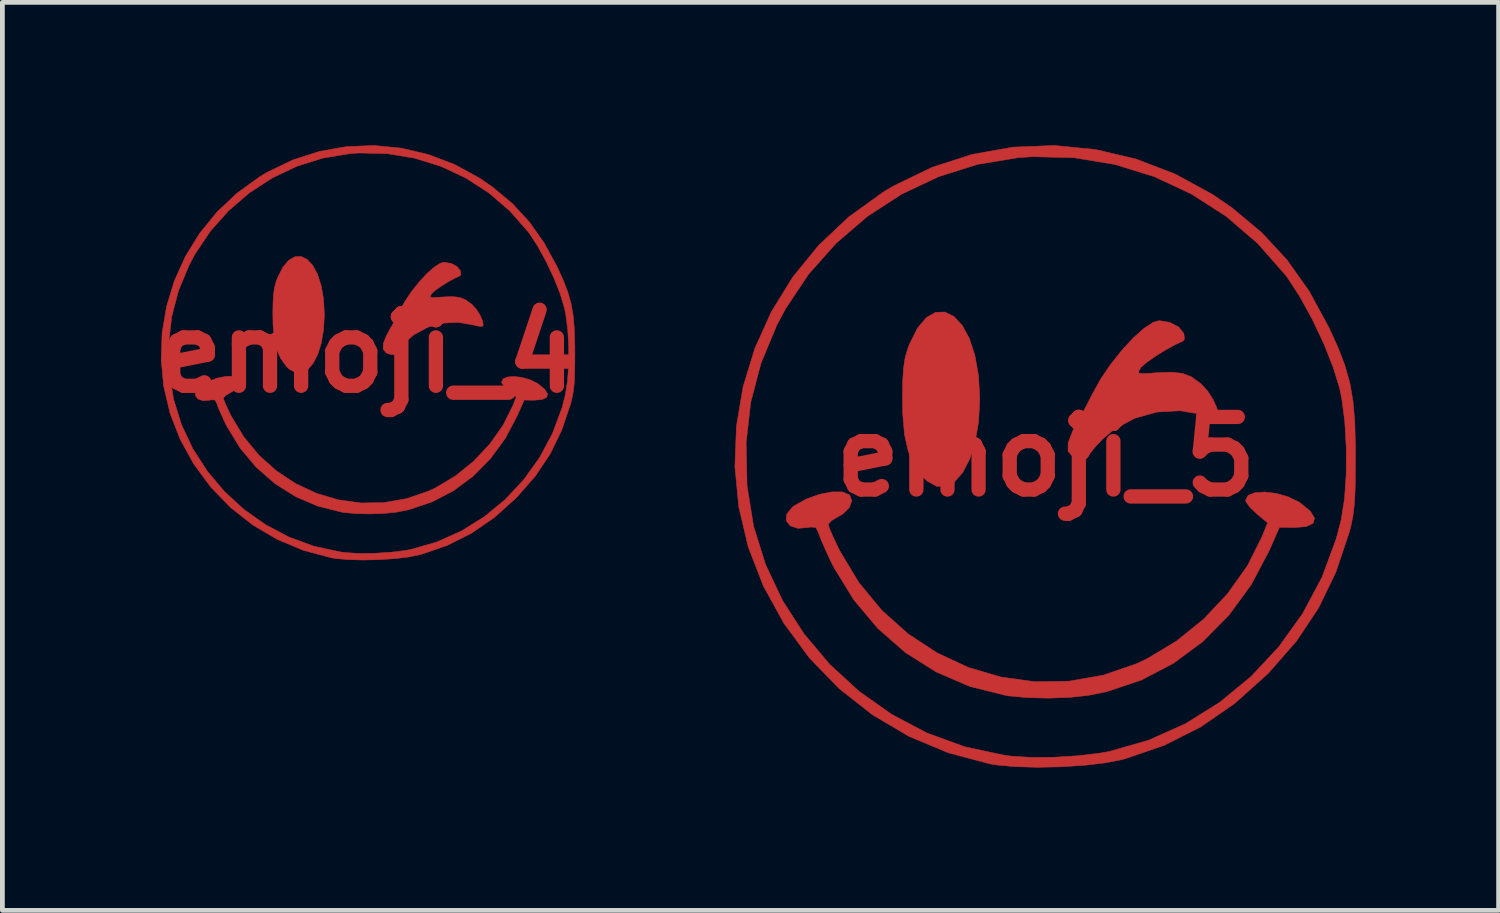
<source format=kicad_pcb>
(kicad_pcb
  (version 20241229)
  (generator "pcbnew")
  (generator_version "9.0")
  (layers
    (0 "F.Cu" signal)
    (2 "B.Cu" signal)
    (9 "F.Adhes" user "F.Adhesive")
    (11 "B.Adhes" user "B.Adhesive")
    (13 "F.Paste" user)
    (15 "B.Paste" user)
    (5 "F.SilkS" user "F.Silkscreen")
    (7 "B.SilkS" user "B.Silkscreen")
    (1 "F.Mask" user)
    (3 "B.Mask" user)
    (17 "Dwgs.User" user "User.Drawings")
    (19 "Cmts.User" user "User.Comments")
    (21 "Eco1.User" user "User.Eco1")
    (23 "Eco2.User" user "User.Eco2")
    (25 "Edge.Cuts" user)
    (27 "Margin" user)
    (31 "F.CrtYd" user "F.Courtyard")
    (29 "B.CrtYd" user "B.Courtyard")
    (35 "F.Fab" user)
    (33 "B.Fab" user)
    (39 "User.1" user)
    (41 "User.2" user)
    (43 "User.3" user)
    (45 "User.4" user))
  (footprint "emoji_4"
    (layer "F.Cu")
    (at 4.688 4.361)
    (property "Reference" "emoji_4" (at 0 0 0) (layer "F.Cu") (effects (font (size 1.524 1.524) (thickness 0.3))))
    (attr through_hole)
    (fp_poly (pts (xy -1.287 -1.962) (xy -1.172 -1.838) (xy -1.073 -1.656) (xy -0.996 -1.421) (xy -0.945 -1.137) (xy -0.927 -0.808) (xy -0.927 -0.804) (xy -0.944 -0.487) (xy -0.992 -0.207) (xy -1.066 0.03) (xy -1.162 0.216) (xy -1.275 0.347) (xy -1.4 0.415) (xy -1.533 0.414) (xy -1.668 0.337) (xy -1.727 0.279) (xy -1.845 0.115) (xy -1.928 -0.075) (xy -1.98 -0.307) (xy -2.005 -0.596) (xy -2.009 -0.826) (xy -2.005 -1.063) (xy -1.994 -1.239) (xy -1.973 -1.376) (xy -1.94 -1.498) (xy -1.912 -1.573) (xy -1.799 -1.799) (xy -1.674 -1.948) (xy -1.544 -2.021) (xy -1.413 -2.025) (xy -1.287 -1.962)) (stroke (width 0.01) (type solid)) (fill yes) (layer "F.Cu"))
    (fp_poly (pts (xy 1.735 -1.88) (xy 1.859 -1.814) (xy 1.93 -1.724) (xy 1.931 -1.721) (xy 1.938 -1.646) (xy 1.921 -1.62) (xy 1.806 -1.567) (xy 1.665 -1.489) (xy 1.523 -1.4) (xy 1.403 -1.316) (xy 1.331 -1.251) (xy 1.325 -1.243) (xy 1.297 -1.195) (xy 1.302 -1.169) (xy 1.357 -1.163) (xy 1.475 -1.169) (xy 1.539 -1.174) (xy 1.753 -1.184) (xy 1.91 -1.167) (xy 2.037 -1.117) (xy 2.16 -1.027) (xy 2.177 -1.013) (xy 2.266 -0.914) (xy 2.342 -0.794) (xy 2.393 -0.678) (xy 2.408 -0.59) (xy 2.396 -0.562) (xy 2.344 -0.557) (xy 2.243 -0.576) (xy 2.198 -0.589) (xy 1.879 -0.643) (xy 1.553 -0.625) (xy 1.24 -0.538) (xy 0.959 -0.386) (xy 0.796 -0.25) (xy 0.694 -0.141) (xy 0.62 -0.052) (xy 0.593 -0.002) (xy 0.559 0.034) (xy 0.479 0.036) (xy 0.382 0.003) (xy 0.37 -0.003) (xy 0.309 -0.078) (xy 0.31 -0.195) (xy 0.375 -0.361) (xy 0.42 -0.445) (xy 0.514 -0.614) (xy 0.611 -0.8) (xy 0.65 -0.879) (xy 0.765 -1.085) (xy 0.906 -1.294) (xy 1.063 -1.49) (xy 1.222 -1.662) (xy 1.373 -1.797) (xy 1.503 -1.882) (xy 1.586 -1.905) (xy 1.735 -1.88)) (stroke (width 0.01) (type solid)) (fill yes) (layer "F.Cu"))
    (fp_poly (pts (xy -2.848 0.493) (xy -2.75 0.535) (xy -2.749 0.536) (xy -2.718 0.618) (xy -2.754 0.713) (xy -2.846 0.803) (xy -2.903 0.836) (xy -2.997 0.891) (xy -3.046 0.942) (xy -3.048 0.951) (xy -3.03 1.007) (xy -2.982 1.119) (xy -2.913 1.264) (xy -2.886 1.319) (xy -2.619 1.763) (xy -2.299 2.15) (xy -1.931 2.479) (xy -1.526 2.746) (xy -1.089 2.949) (xy -0.631 3.085) (xy -0.157 3.15) (xy 0.322 3.143) (xy 0.8 3.059) (xy 1.268 2.898) (xy 1.41 2.831) (xy 1.826 2.582) (xy 2.209 2.272) (xy 2.545 1.914) (xy 2.823 1.523) (xy 3.029 1.11) (xy 3.03 1.108) (xy 3.102 0.925) (xy 2.948 0.798) (xy 2.856 0.71) (xy 2.801 0.634) (xy 2.794 0.61) (xy 2.83 0.541) (xy 2.927 0.503) (xy 3.064 0.495) (xy 3.225 0.514) (xy 3.391 0.562) (xy 3.542 0.636) (xy 3.561 0.649) (xy 3.701 0.764) (xy 3.76 0.86) (xy 3.739 0.934) (xy 3.639 0.979) (xy 3.473 0.992) (xy 3.268 0.989) (xy 3.127 1.309) (xy 2.874 1.791) (xy 2.561 2.218) (xy 2.197 2.587) (xy 1.787 2.891) (xy 1.336 3.127) (xy 0.852 3.289) (xy 0.593 3.342) (xy 0.334 3.369) (xy 0.036 3.38) (xy -0.263 3.373) (xy -0.524 3.349) (xy -0.565 3.342) (xy -1.067 3.216) (xy -1.537 3.014) (xy -1.968 2.741) (xy -2.356 2.402) (xy -2.692 2.002) (xy -2.972 1.545) (xy -3.019 1.45) (xy -3.091 1.293) (xy -3.151 1.156) (xy -3.185 1.064) (xy -3.188 1.055) (xy -3.222 0.99) (xy -3.294 0.984) (xy -3.321 0.99) (xy -3.472 1.004) (xy -3.58 0.967) (xy -3.636 0.896) (xy -3.63 0.805) (xy -3.551 0.708) (xy -3.524 0.688) (xy -3.355 0.594) (xy -3.172 0.527) (xy -2.996 0.492) (xy -2.848 0.493)) (stroke (width 0.01) (type solid)) (fill yes) (layer "F.Cu"))
    (fp_poly (pts (xy 0.692 -4.3) (xy 1.258 -4.167) (xy 1.808 -3.957) (xy 2.333 -3.67) (xy 2.605 -3.483) (xy 3.019 -3.138) (xy 3.374 -2.754) (xy 3.683 -2.318) (xy 3.958 -1.814) (xy 3.959 -1.812) (xy 4.088 -1.529) (xy 4.185 -1.276) (xy 4.253 -1.033) (xy 4.298 -0.778) (xy 4.322 -0.49) (xy 4.332 -0.147) (xy 4.333 0) (xy 4.331 0.29) (xy 4.326 0.514) (xy 4.314 0.69) (xy 4.295 0.836) (xy 4.268 0.971) (xy 4.244 1.065) (xy 4.057 1.62) (xy 3.814 2.12) (xy 3.507 2.58) (xy 3.127 3.015) (xy 3.092 3.051) (xy 2.639 3.457) (xy 2.164 3.784) (xy 1.658 4.039) (xy 1.111 4.228) (xy 1.068 4.239) (xy 0.832 4.286) (xy 0.537 4.32) (xy 0.211 4.341) (xy -0.121 4.348) (xy -0.433 4.339) (xy -0.698 4.315) (xy -0.783 4.301) (xy -1.367 4.145) (xy -1.918 3.914) (xy -2.43 3.613) (xy -2.897 3.245) (xy -3.312 2.817) (xy -3.67 2.331) (xy -3.956 1.811) (xy -4.168 1.263) (xy -4.3 0.704) (xy -4.354 0.138) (xy -4.342 -0.198) (xy -4.197 -0.198) (xy -4.185 0.395) (xy -4.182 0.421) (xy -4.092 0.977) (xy -3.926 1.51) (xy -3.688 2.013) (xy -3.387 2.481) (xy -3.028 2.907) (xy -2.617 3.285) (xy -2.161 3.607) (xy -1.666 3.868) (xy -1.138 4.061) (xy -0.584 4.179) (xy -0.487 4.192) (xy -0.21 4.209) (xy 0.112 4.207) (xy 0.445 4.187) (xy 0.752 4.151) (xy 0.889 4.126) (xy 1.435 3.969) (xy 1.952 3.738) (xy 2.433 3.438) (xy 2.871 3.077) (xy 3.26 2.66) (xy 3.593 2.196) (xy 3.863 1.69) (xy 4.064 1.149) (xy 4.133 0.878) (xy 4.179 0.585) (xy 4.203 0.239) (xy 4.204 -0.129) (xy 4.183 -0.491) (xy 4.14 -0.816) (xy 4.112 -0.953) (xy 4.022 -1.249) (xy 3.89 -1.581) (xy 3.729 -1.92) (xy 3.555 -2.238) (xy 3.379 -2.507) (xy 3.355 -2.54) (xy 2.967 -2.982) (xy 2.526 -3.361) (xy 2.04 -3.675) (xy 1.518 -3.919) (xy 0.966 -4.09) (xy 0.394 -4.185) (xy -0.191 -4.199) (xy -0.388 -4.186) (xy -0.957 -4.092) (xy -1.504 -3.92) (xy -2.022 -3.674) (xy -2.502 -3.362) (xy -2.938 -2.987) (xy -3.322 -2.556) (xy -3.645 -2.073) (xy -3.767 -1.844) (xy -3.99 -1.307) (xy -4.133 -0.761) (xy -4.197 -0.198) (xy -4.342 -0.198) (xy -4.334 -0.425) (xy -4.24 -0.979) (xy -4.076 -1.516) (xy -3.843 -2.03) (xy -3.545 -2.513) (xy -3.184 -2.957) (xy -2.761 -3.356) (xy -2.28 -3.703) (xy -2.129 -3.793) (xy -1.591 -4.052) (xy -1.032 -4.232) (xy -0.461 -4.333) (xy 0.117 -4.356) (xy 0.692 -4.3)) (stroke (width 0.01) (type solid)) (fill yes) (layer "F.Cu")))
  (footprint "emoji_5"
    (layer "F.Cu")
    (at 18.913 6.539)
    (property "Reference" "emoji_5" (at 0 0 0) (layer "F.Cu") (effects (font (size 1.524 1.524) (thickness 0.3))))
    (attr through_hole)
    (fp_poly (pts (xy -1.931 -2.943) (xy -1.759 -2.757) (xy -1.61 -2.484) (xy -1.494 -2.131) (xy -1.417 -1.705) (xy -1.39 -1.212) (xy -1.39 -1.206) (xy -1.416 -0.731) (xy -1.488 -0.311) (xy -1.599 0.044) (xy -1.744 0.325) (xy -1.913 0.52) (xy -2.101 0.622) (xy -2.3 0.621) (xy -2.503 0.506) (xy -2.59 0.419) (xy -2.767 0.173) (xy -2.892 -0.113) (xy -2.97 -0.461) (xy -3.008 -0.894) (xy -3.013 -1.238) (xy -3.008 -1.595) (xy -2.991 -1.859) (xy -2.96 -2.065) (xy -2.909 -2.247) (xy -2.868 -2.359) (xy -2.698 -2.699) (xy -2.511 -2.922) (xy -2.316 -3.032) (xy -2.12 -3.037) (xy -1.931 -2.943)) (stroke (width 0.01) (type solid)) (fill yes) (layer "F.Cu"))
    (fp_poly (pts (xy 2.602 -2.819) (xy 2.789 -2.721) (xy 2.895 -2.585) (xy 2.896 -2.581) (xy 2.907 -2.469) (xy 2.882 -2.43) (xy 2.709 -2.351) (xy 2.497 -2.233) (xy 2.284 -2.1) (xy 2.105 -1.973) (xy 1.996 -1.877) (xy 1.987 -1.864) (xy 1.945 -1.792) (xy 1.953 -1.754) (xy 2.035 -1.744) (xy 2.212 -1.754) (xy 2.309 -1.762) (xy 2.629 -1.775) (xy 2.865 -1.75) (xy 3.056 -1.675) (xy 3.241 -1.541) (xy 3.265 -1.52) (xy 3.399 -1.371) (xy 3.513 -1.192) (xy 3.59 -1.017) (xy 3.612 -0.885) (xy 3.594 -0.843) (xy 3.516 -0.836) (xy 3.364 -0.865) (xy 3.298 -0.883) (xy 2.818 -0.965) (xy 2.33 -0.937) (xy 1.861 -0.806) (xy 1.438 -0.579) (xy 1.194 -0.375) (xy 1.04 -0.212) (xy 0.931 -0.078) (xy 0.889 -0.003) (xy 0.839 0.052) (xy 0.718 0.054) (xy 0.573 0.004) (xy 0.556 -0.005) (xy 0.463 -0.116) (xy 0.465 -0.293) (xy 0.562 -0.541) (xy 0.63 -0.667) (xy 0.77 -0.921) (xy 0.916 -1.2) (xy 0.975 -1.318) (xy 1.147 -1.628) (xy 1.359 -1.94) (xy 1.594 -2.235) (xy 1.833 -2.494) (xy 2.06 -2.696) (xy 2.255 -2.823) (xy 2.378 -2.857) (xy 2.602 -2.819)) (stroke (width 0.01) (type solid)) (fill yes) (layer "F.Cu"))
    (fp_poly (pts (xy -4.272 0.74) (xy -4.126 0.802) (xy -4.123 0.804) (xy -4.077 0.926) (xy -4.131 1.07) (xy -4.268 1.204) (xy -4.355 1.254) (xy -4.496 1.337) (xy -4.569 1.413) (xy -4.572 1.426) (xy -4.545 1.511) (xy -4.473 1.678) (xy -4.37 1.896) (xy -4.329 1.979) (xy -3.929 2.644) (xy -3.448 3.226) (xy -2.897 3.719) (xy -2.288 4.119) (xy -1.634 4.424) (xy -0.946 4.627) (xy -0.236 4.725) (xy 0.483 4.714) (xy 1.2 4.589) (xy 1.902 4.347) (xy 2.114 4.247) (xy 2.739 3.873) (xy 3.313 3.408) (xy 3.818 2.871) (xy 4.234 2.284) (xy 4.543 1.666) (xy 4.544 1.662) (xy 4.653 1.388) (xy 4.422 1.197) (xy 4.284 1.065) (xy 4.202 0.951) (xy 4.191 0.915) (xy 4.245 0.812) (xy 4.39 0.755) (xy 4.597 0.742) (xy 4.838 0.772) (xy 5.086 0.843) (xy 5.313 0.954) (xy 5.342 0.973) (xy 5.551 1.146) (xy 5.639 1.291) (xy 5.608 1.4) (xy 5.459 1.468) (xy 5.21 1.488) (xy 4.902 1.483) (xy 4.691 1.964) (xy 4.31 2.686) (xy 3.842 3.327) (xy 3.296 3.88) (xy 2.68 4.336) (xy 2.004 4.69) (xy 1.278 4.933) (xy 0.889 5.012) (xy 0.501 5.054) (xy 0.055 5.07) (xy -0.394 5.059) (xy -0.786 5.023) (xy -0.847 5.013) (xy -1.6 4.824) (xy -2.305 4.521) (xy -2.953 4.112) (xy -3.534 3.603) (xy -4.038 3.003) (xy -4.458 2.317) (xy -4.528 2.175) (xy -4.637 1.94) (xy -4.726 1.734) (xy -4.778 1.597) (xy -4.782 1.583) (xy -4.834 1.485) (xy -4.941 1.477) (xy -4.981 1.486) (xy -5.208 1.505) (xy -5.371 1.451) (xy -5.454 1.345) (xy -5.445 1.208) (xy -5.327 1.062) (xy -5.286 1.031) (xy -5.033 0.89) (xy -4.758 0.791) (xy -4.494 0.739) (xy -4.272 0.74)) (stroke (width 0.01) (type solid)) (fill yes) (layer "F.Cu"))
    (fp_poly (pts (xy 1.038 -6.45) (xy 1.887 -6.251) (xy 2.712 -5.935) (xy 3.5 -5.505) (xy 3.907 -5.225) (xy 4.528 -4.706) (xy 5.061 -4.131) (xy 5.525 -3.476) (xy 5.936 -2.721) (xy 5.938 -2.718) (xy 6.132 -2.293) (xy 6.277 -1.914) (xy 6.38 -1.549) (xy 6.446 -1.167) (xy 6.484 -0.735) (xy 6.498 -0.221) (xy 6.499 0) (xy 6.497 0.435) (xy 6.488 0.771) (xy 6.471 1.035) (xy 6.443 1.254) (xy 6.402 1.457) (xy 6.365 1.597) (xy 6.085 2.43) (xy 5.721 3.18) (xy 5.261 3.87) (xy 4.691 4.523) (xy 4.638 4.576) (xy 3.958 5.185) (xy 3.246 5.676) (xy 2.487 6.059) (xy 1.666 6.342) (xy 1.603 6.359) (xy 1.247 6.429) (xy 0.806 6.48) (xy 0.316 6.512) (xy -0.182 6.522) (xy -0.649 6.509) (xy -1.047 6.472) (xy -1.175 6.451) (xy -2.051 6.218) (xy -2.878 5.872) (xy -3.645 5.419) (xy -4.345 4.868) (xy -4.968 4.225) (xy -5.504 3.497) (xy -5.934 2.716) (xy -6.252 1.895) (xy -6.45 1.055) (xy -6.532 0.208) (xy -6.513 -0.296) (xy -6.296 -0.296) (xy -6.277 0.593) (xy -6.274 0.631) (xy -6.139 1.465) (xy -5.888 2.264) (xy -5.532 3.02) (xy -5.08 3.722) (xy -4.541 4.361) (xy -3.925 4.927) (xy -3.241 5.41) (xy -2.499 5.802) (xy -1.707 6.091) (xy -0.877 6.269) (xy -0.73 6.288) (xy -0.315 6.314) (xy 0.169 6.311) (xy 0.667 6.28) (xy 1.127 6.226) (xy 1.333 6.189) (xy 2.153 5.954) (xy 2.928 5.607) (xy 3.649 5.157) (xy 4.307 4.615) (xy 4.89 3.991) (xy 5.389 3.294) (xy 5.794 2.535) (xy 6.095 1.723) (xy 6.2 1.317) (xy 6.269 0.877) (xy 6.304 0.359) (xy 6.305 -0.194) (xy 6.274 -0.736) (xy 6.21 -1.224) (xy 6.168 -1.429) (xy 6.032 -1.873) (xy 5.834 -2.371) (xy 5.594 -2.88) (xy 5.332 -3.357) (xy 5.069 -3.761) (xy 5.032 -3.81) (xy 4.45 -4.473) (xy 3.789 -5.042) (xy 3.06 -5.512) (xy 2.277 -5.879) (xy 1.45 -6.135) (xy 0.591 -6.277) (xy -0.287 -6.299) (xy -0.582 -6.279) (xy -1.435 -6.138) (xy -2.256 -5.879) (xy -3.032 -5.512) (xy -3.754 -5.043) (xy -4.407 -4.481) (xy -4.983 -3.834) (xy -5.467 -3.109) (xy -5.65 -2.766) (xy -5.985 -1.96) (xy -6.2 -1.142) (xy -6.296 -0.296) (xy -6.513 -0.296) (xy -6.5 -0.637) (xy -6.36 -1.468) (xy -6.113 -2.274) (xy -5.765 -3.045) (xy -5.318 -3.769) (xy -4.775 -4.436) (xy -4.141 -5.034) (xy -3.42 -5.554) (xy -3.193 -5.689) (xy -2.386 -6.078) (xy -1.548 -6.348) (xy -0.691 -6.5) (xy 0.175 -6.534) (xy 1.038 -6.45)) (stroke (width 0.01) (type solid)) (fill yes) (layer "F.Cu")))
  (gr_rect
    (start -3 -3)
    (end 28.417 16.065)
    (stroke (width 0.1) (type default))
    (fill no)
    (layer "Edge.Cuts")))
</source>
